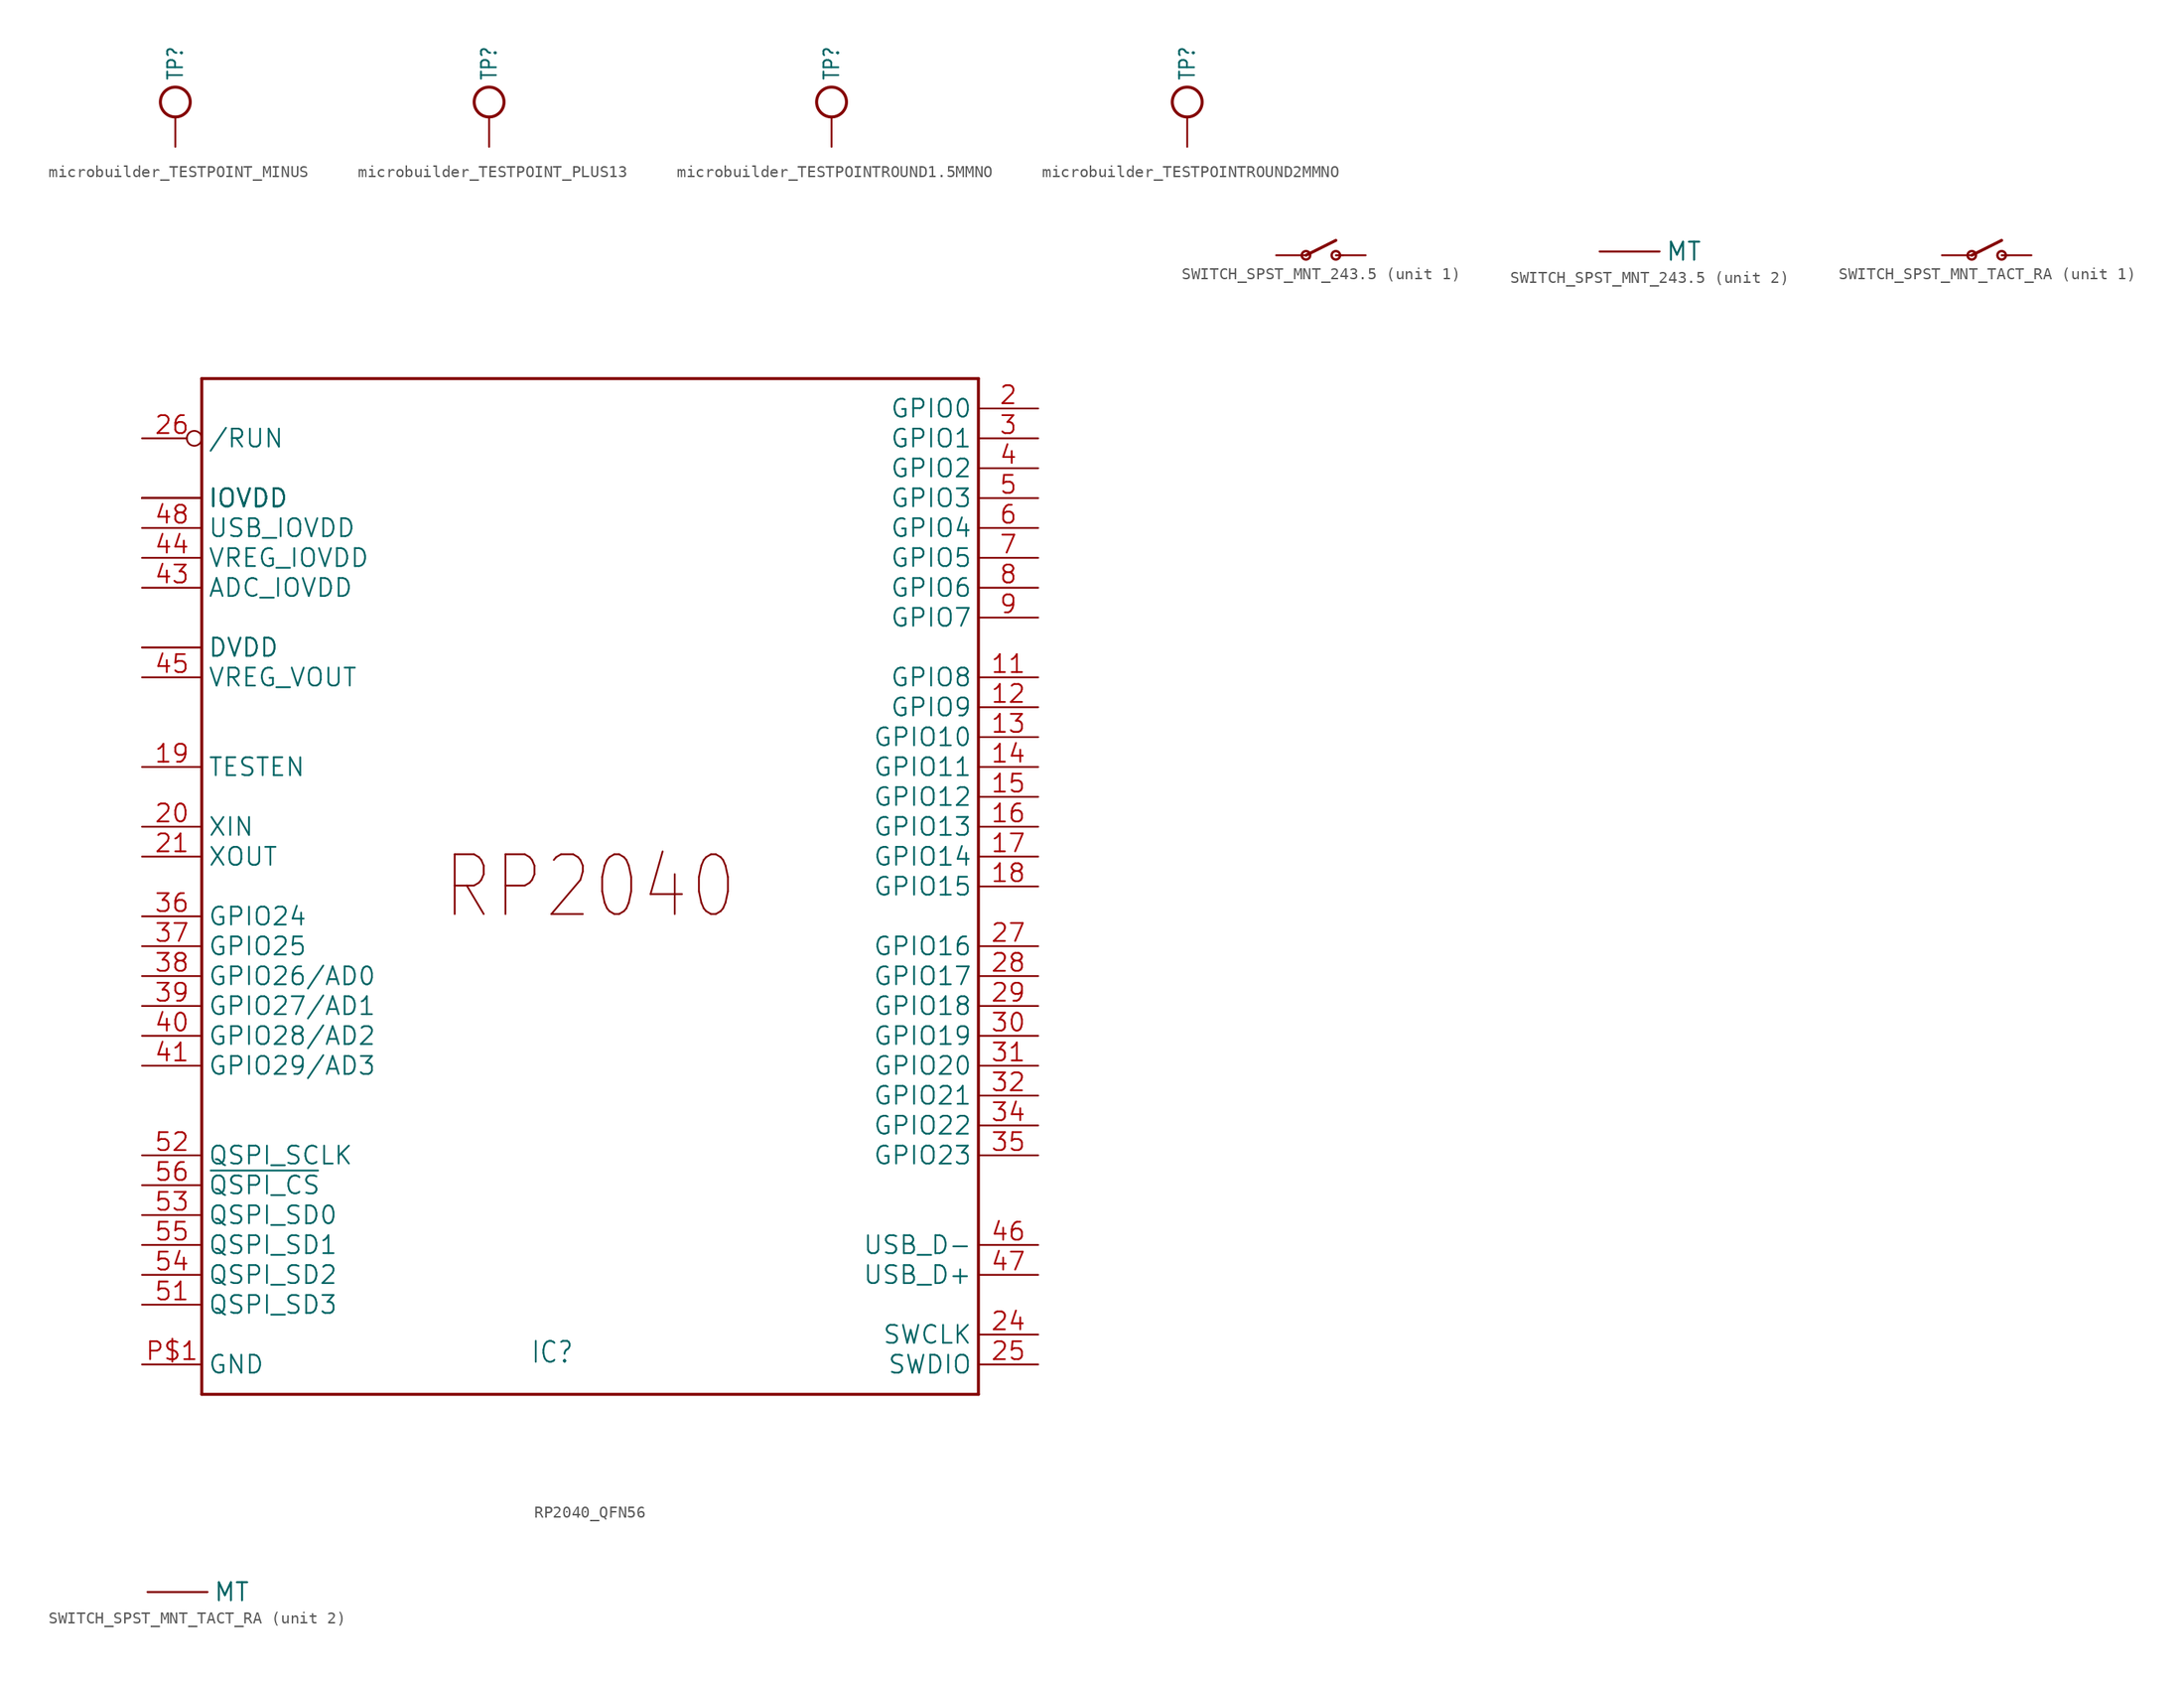
<source format=kicad_sym>
(kicad_symbol_lib
  (version 20241209)
  (generator "kicad_symbol_editor")
  (generator_version "9.0")
  (symbol "microbuilder_TESTPOINT_MINUS"
    (property "Reference" "TP"
      (at 0 5.588 90)
      (effects (font (size 1.27 1.079)) (justify left)))
    (property "Value" ""
      (at 1.651 5.588 90)
      (effects (font (size 1.27 1.079)) (justify left)))
    (property "ki_locked" ""
      (at 0 0 0)
      (effects (font (size 1.27 1.27))))
    (symbol "microbuilder_TESTPOINT_MINUS_1_0"
      (circle (center 0 3.81) (radius 1.27) (stroke (width 0.254) (type solid)) (fill (type none)))
      (pin bidirectional line (at 0 0 90) (length 2.54) (name "P$1" (effects (font (size 0 0)))) (number "P$1" (effects (font (size 0 0)))))))
  (symbol "microbuilder_TESTPOINT_PLUS13"
    (property "Reference" "TP"
      (at 0 5.588 90)
      (effects (font (size 1.27 1.079)) (justify left)))
    (property "Value" ""
      (at 1.651 5.588 90)
      (effects (font (size 1.27 1.079)) (justify left)))
    (property "ki_locked" ""
      (at 0 0 0)
      (effects (font (size 1.27 1.27))))
    (symbol "microbuilder_TESTPOINT_PLUS13_1_0"
      (circle (center 0 3.81) (radius 1.27) (stroke (width 0.254) (type solid)) (fill (type none)))
      (pin bidirectional line (at 0 0 90) (length 2.54) (name "P$1" (effects (font (size 0 0)))) (number "P$1" (effects (font (size 0 0)))))))
  (symbol "microbuilder_TESTPOINTROUND1.5MMNO"
    (property "Reference" "TP"
      (at 0 5.588 90)
      (effects (font (size 1.27 1.079)) (justify left)))
    (property "Value" ""
      (at 1.651 5.588 90)
      (effects (font (size 1.27 1.079)) (justify left)))
    (property "ki_locked" ""
      (at 0 0 0)
      (effects (font (size 1.27 1.27))))
    (symbol "microbuilder_TESTPOINTROUND1.5MMNO_1_0"
      (circle (center 0 3.81) (radius 1.27) (stroke (width 0.254) (type solid)) (fill (type none)))
      (pin bidirectional line (at 0 0 90) (length 2.54) (name "P$1" (effects (font (size 0 0)))) (number "P$1" (effects (font (size 0 0)))))))
  (symbol "microbuilder_TESTPOINTROUND2MMNO"
    (property "Reference" "TP"
      (at 0 5.588 90)
      (effects (font (size 1.27 1.079)) (justify left)))
    (property "Value" ""
      (at 1.651 5.588 90)
      (effects (font (size 1.27 1.079)) (justify left)))
    (property "ki_locked" ""
      (at 0 0 0)
      (effects (font (size 1.27 1.27))))
    (symbol "microbuilder_TESTPOINTROUND2MMNO_1_0"
      (circle (center 0 3.81) (radius 1.27) (stroke (width 0.254) (type solid)) (fill (type none)))
      (pin bidirectional line (at 0 0 90) (length 2.54) (name "P$1" (effects (font (size 0 0)))) (number "P$1" (effects (font (size 0 0)))))))
  (symbol "RP2040_QFN56"
    (property "Reference" "IC"
      (at -5.08 -40.64 0)
      (effects (font (size 1.778 1.511)) (justify left bottom)))
    (property "Value" ""
      (at -27.94 45.72 0)
      (effects (font (size 1.778 1.511)) (justify left bottom)))
    (property "ki_locked" ""
      (at 0 0 0)
      (effects (font (size 1.27 1.27))))
    (symbol "RP2040_QFN56_1_0"
      (polyline (pts (xy -33.02 43.18) (xy 33.02 43.18)) (stroke (width 0.254) (type solid)) (fill (type none)))
      (polyline (pts (xy -33.02 -43.18) (xy -33.02 43.18)) (stroke (width 0.254) (type solid)) (fill (type none)))
      (polyline (pts (xy 33.02 43.18) (xy 33.02 -43.18)) (stroke (width 0.254) (type solid)) (fill (type none)))
      (polyline (pts (xy 33.02 -43.18) (xy -33.02 -43.18)) (stroke (width 0.254) (type solid)) (fill (type none)))
      (text "RP2040" (at 0 0 0) (effects (font (size 5.08 4.318))))
      (pin bidirectional inverted (at -38.1 38.1 0) (length 5.08) (name "/RUN" (effects (font (size 1.524 1.524)))) (number "26" (effects (font (size 1.524 1.524)))))
      (pin power_in line (at -38.1 33.02 0) (length 5.08) (name "IOVDD" (effects (font (size 1.524 1.524)))) (number "1" (effects (font (size 0 0)))))
      (pin power_in line (at -38.1 33.02 0) (length 5.08) (name "IOVDD" (effects (font (size 1.524 1.524)))) (number "10" (effects (font (size 0 0)))))
      (pin power_in line (at -38.1 33.02 0) (length 5.08) (name "IOVDD" (effects (font (size 1.524 1.524)))) (number "22" (effects (font (size 0 0)))))
      (pin power_in line (at -38.1 33.02 0) (length 5.08) (name "IOVDD" (effects (font (size 1.524 1.524)))) (number "33" (effects (font (size 0 0)))))
      (pin power_in line (at -38.1 33.02 0) (length 5.08) (name "IOVDD" (effects (font (size 1.524 1.524)))) (number "42" (effects (font (size 0 0)))))
      (pin power_in line (at -38.1 33.02 0) (length 5.08) (name "IOVDD" (effects (font (size 1.524 1.524)))) (number "49" (effects (font (size 0 0)))))
      (pin power_in line (at -38.1 30.48 0) (length 5.08) (name "USB_IOVDD" (effects (font (size 1.524 1.524)))) (number "48" (effects (font (size 1.524 1.524)))))
      (pin power_in line (at -38.1 27.94 0) (length 5.08) (name "VREG_IOVDD" (effects (font (size 1.524 1.524)))) (number "44" (effects (font (size 1.524 1.524)))))
      (pin power_in line (at -38.1 25.4 0) (length 5.08) (name "ADC_IOVDD" (effects (font (size 1.524 1.524)))) (number "43" (effects (font (size 1.524 1.524)))))
      (pin power_in line (at -38.1 20.32 0) (length 5.08) (name "DVDD" (effects (font (size 1.524 1.524)))) (number "23" (effects (font (size 0 0)))))
      (pin power_in line (at -38.1 20.32 0) (length 5.08) (name "DVDD" (effects (font (size 1.524 1.524)))) (number "50" (effects (font (size 0 0)))))
      (pin power_in line (at -38.1 17.78 0) (length 5.08) (name "VREG_VOUT" (effects (font (size 1.524 1.524)))) (number "45" (effects (font (size 1.524 1.524)))))
      (pin input line (at -38.1 10.16 0) (length 5.08) (name "TESTEN" (effects (font (size 1.524 1.524)))) (number "19" (effects (font (size 1.524 1.524)))))
      (pin input line (at -38.1 5.08 0) (length 5.08) (name "XIN" (effects (font (size 1.524 1.524)))) (number "20" (effects (font (size 1.524 1.524)))))
      (pin output line (at -38.1 2.54 0) (length 5.08) (name "XOUT" (effects (font (size 1.524 1.524)))) (number "21" (effects (font (size 1.524 1.524)))))
      (pin bidirectional line (at -38.1 -2.54 0) (length 5.08) (name "GPIO24" (effects (font (size 1.524 1.524)))) (number "36" (effects (font (size 1.524 1.524)))))
      (pin bidirectional line (at -38.1 -5.08 0) (length 5.08) (name "GPIO25" (effects (font (size 1.524 1.524)))) (number "37" (effects (font (size 1.524 1.524)))))
      (pin bidirectional line (at -38.1 -7.62 0) (length 5.08) (name "GPIO26/AD0" (effects (font (size 1.524 1.524)))) (number "38" (effects (font (size 1.524 1.524)))))
      (pin bidirectional line (at -38.1 -10.16 0) (length 5.08) (name "GPIO27/AD1" (effects (font (size 1.524 1.524)))) (number "39" (effects (font (size 1.524 1.524)))))
      (pin bidirectional line (at -38.1 -12.7 0) (length 5.08) (name "GPIO28/AD2" (effects (font (size 1.524 1.524)))) (number "40" (effects (font (size 1.524 1.524)))))
      (pin bidirectional line (at -38.1 -15.24 0) (length 5.08) (name "GPIO29/AD3" (effects (font (size 1.524 1.524)))) (number "41" (effects (font (size 1.524 1.524)))))
      (pin bidirectional line (at -38.1 -22.86 0) (length 5.08) (name "QSPI_SCLK" (effects (font (size 1.524 1.524)))) (number "52" (effects (font (size 1.524 1.524)))))
      (pin bidirectional line (at -38.1 -25.4 0) (length 5.08) (name "~{QSPI_CS}" (effects (font (size 1.524 1.524)))) (number "56" (effects (font (size 1.524 1.524)))))
      (pin bidirectional line (at -38.1 -27.94 0) (length 5.08) (name "QSPI_SD0" (effects (font (size 1.524 1.524)))) (number "53" (effects (font (size 1.524 1.524)))))
      (pin bidirectional line (at -38.1 -30.48 0) (length 5.08) (name "QSPI_SD1" (effects (font (size 1.524 1.524)))) (number "55" (effects (font (size 1.524 1.524)))))
      (pin bidirectional line (at -38.1 -33.02 0) (length 5.08) (name "QSPI_SD2" (effects (font (size 1.524 1.524)))) (number "54" (effects (font (size 1.524 1.524)))))
      (pin bidirectional line (at -38.1 -35.56 0) (length 5.08) (name "QSPI_SD3" (effects (font (size 1.524 1.524)))) (number "51" (effects (font (size 1.524 1.524)))))
      (pin power_in line (at -38.1 -40.64 0) (length 5.08) (name "GND" (effects (font (size 1.524 1.524)))) (number "P$1" (effects (font (size 1.524 1.524)))))
      (pin bidirectional line (at 38.1 40.64 180) (length 5.08) (name "GPIO0" (effects (font (size 1.524 1.524)))) (number "2" (effects (font (size 1.524 1.524)))))
      (pin bidirectional line (at 38.1 38.1 180) (length 5.08) (name "GPIO1" (effects (font (size 1.524 1.524)))) (number "3" (effects (font (size 1.524 1.524)))))
      (pin bidirectional line (at 38.1 35.56 180) (length 5.08) (name "GPIO2" (effects (font (size 1.524 1.524)))) (number "4" (effects (font (size 1.524 1.524)))))
      (pin bidirectional line (at 38.1 33.02 180) (length 5.08) (name "GPIO3" (effects (font (size 1.524 1.524)))) (number "5" (effects (font (size 1.524 1.524)))))
      (pin bidirectional line (at 38.1 30.48 180) (length 5.08) (name "GPIO4" (effects (font (size 1.524 1.524)))) (number "6" (effects (font (size 1.524 1.524)))))
      (pin bidirectional line (at 38.1 27.94 180) (length 5.08) (name "GPIO5" (effects (font (size 1.524 1.524)))) (number "7" (effects (font (size 1.524 1.524)))))
      (pin bidirectional line (at 38.1 25.4 180) (length 5.08) (name "GPIO6" (effects (font (size 1.524 1.524)))) (number "8" (effects (font (size 1.524 1.524)))))
      (pin bidirectional line (at 38.1 22.86 180) (length 5.08) (name "GPIO7" (effects (font (size 1.524 1.524)))) (number "9" (effects (font (size 1.524 1.524)))))
      (pin bidirectional line (at 38.1 17.78 180) (length 5.08) (name "GPIO8" (effects (font (size 1.524 1.524)))) (number "11" (effects (font (size 1.524 1.524)))))
      (pin bidirectional line (at 38.1 15.24 180) (length 5.08) (name "GPIO9" (effects (font (size 1.524 1.524)))) (number "12" (effects (font (size 1.524 1.524)))))
      (pin bidirectional line (at 38.1 12.7 180) (length 5.08) (name "GPIO10" (effects (font (size 1.524 1.524)))) (number "13" (effects (font (size 1.524 1.524)))))
      (pin bidirectional line (at 38.1 10.16 180) (length 5.08) (name "GPIO11" (effects (font (size 1.524 1.524)))) (number "14" (effects (font (size 1.524 1.524)))))
      (pin bidirectional line (at 38.1 7.62 180) (length 5.08) (name "GPIO12" (effects (font (size 1.524 1.524)))) (number "15" (effects (font (size 1.524 1.524)))))
      (pin bidirectional line (at 38.1 5.08 180) (length 5.08) (name "GPIO13" (effects (font (size 1.524 1.524)))) (number "16" (effects (font (size 1.524 1.524)))))
      (pin bidirectional line (at 38.1 2.54 180) (length 5.08) (name "GPIO14" (effects (font (size 1.524 1.524)))) (number "17" (effects (font (size 1.524 1.524)))))
      (pin bidirectional line (at 38.1 0 180) (length 5.08) (name "GPIO15" (effects (font (size 1.524 1.524)))) (number "18" (effects (font (size 1.524 1.524)))))
      (pin bidirectional line (at 38.1 -5.08 180) (length 5.08) (name "GPIO16" (effects (font (size 1.524 1.524)))) (number "27" (effects (font (size 1.524 1.524)))))
      (pin bidirectional line (at 38.1 -7.62 180) (length 5.08) (name "GPIO17" (effects (font (size 1.524 1.524)))) (number "28" (effects (font (size 1.524 1.524)))))
      (pin bidirectional line (at 38.1 -10.16 180) (length 5.08) (name "GPIO18" (effects (font (size 1.524 1.524)))) (number "29" (effects (font (size 1.524 1.524)))))
      (pin bidirectional line (at 38.1 -12.7 180) (length 5.08) (name "GPIO19" (effects (font (size 1.524 1.524)))) (number "30" (effects (font (size 1.524 1.524)))))
      (pin bidirectional line (at 38.1 -15.24 180) (length 5.08) (name "GPIO20" (effects (font (size 1.524 1.524)))) (number "31" (effects (font (size 1.524 1.524)))))
      (pin bidirectional line (at 38.1 -17.78 180) (length 5.08) (name "GPIO21" (effects (font (size 1.524 1.524)))) (number "32" (effects (font (size 1.524 1.524)))))
      (pin bidirectional line (at 38.1 -20.32 180) (length 5.08) (name "GPIO22" (effects (font (size 1.524 1.524)))) (number "34" (effects (font (size 1.524 1.524)))))
      (pin bidirectional line (at 38.1 -22.86 180) (length 5.08) (name "GPIO23" (effects (font (size 1.524 1.524)))) (number "35" (effects (font (size 1.524 1.524)))))
      (pin bidirectional line (at 38.1 -30.48 180) (length 5.08) (name "USB_D-" (effects (font (size 1.524 1.524)))) (number "46" (effects (font (size 1.524 1.524)))))
      (pin bidirectional line (at 38.1 -33.02 180) (length 5.08) (name "USB_D+" (effects (font (size 1.524 1.524)))) (number "47" (effects (font (size 1.524 1.524)))))
      (pin bidirectional line (at 38.1 -38.1 180) (length 5.08) (name "SWCLK" (effects (font (size 1.524 1.524)))) (number "24" (effects (font (size 1.524 1.524)))))
      (pin bidirectional line (at 38.1 -40.64 180) (length 5.08) (name "SWDIO" (effects (font (size 1.524 1.524)))) (number "25" (effects (font (size 1.524 1.524)))))))
  (symbol "SWITCH_SPST_MNT_243.5"
    (property "Reference" "SW"
      (at -4.445 -6.35 0)
      (effects (font (size 1.27 1.079)) (justify left bottom) (hide yes)))
    (property "ki_locked" ""
      (at 0 0 0)
      (effects (font (size 1.27 1.27))))
    (symbol "SWITCH_SPST_MNT_243.5_1_0"
      (circle (center -2.54 0) (radius 0.359) (stroke (width 0.203) (type solid)) (fill (type none)))
      (polyline (pts (xy -2.54 0) (xy 0 1.27)) (stroke (width 0.254) (type solid)) (fill (type none)))
      (polyline (pts (xy 0 0) (xy 0.635 0)) (stroke (width 0.127) (type solid)) (fill (type none)))
      (circle (center 0 0) (radius 0.359) (stroke (width 0.203) (type solid)) (fill (type none)))
      (pin passive line (at -5.08 0 0) (length 2.54) (name "P" (effects (font (size 0 0)))) (number "1" (effects (font (size 0 0)))))
      (pin passive line (at 2.54 0 180) (length 2.54) (name "S" (effects (font (size 0 0)))) (number "2" (effects (font (size 0 0))))))
    (symbol "SWITCH_SPST_MNT_243.5_2_0"
      (pin bidirectional line (at 0 0 0) (length 5.08) (name "MT" (effects (font (size 1.524 1.524)))) (number "MT1" (effects (font (size 0 0)))))
      (pin bidirectional line (at 0 0 0) (length 5.08) (name "MT" (effects (font (size 1.524 1.524)))) (number "MT2" (effects (font (size 0 0)))))))
  (symbol "SWITCH_SPST_MNT_TACT_RA"
    (property "Reference" "SW"
      (at -4.445 -6.35 0)
      (effects (font (size 1.27 1.079)) (justify left bottom) (hide yes)))
    (property "ki_locked" ""
      (at 0 0 0)
      (effects (font (size 1.27 1.27))))
    (symbol "SWITCH_SPST_MNT_TACT_RA_1_0"
      (circle (center -2.54 0) (radius 0.359) (stroke (width 0.203) (type solid)) (fill (type none)))
      (polyline (pts (xy -2.54 0) (xy 0 1.27)) (stroke (width 0.254) (type solid)) (fill (type none)))
      (polyline (pts (xy 0 0) (xy 0.635 0)) (stroke (width 0.127) (type solid)) (fill (type none)))
      (circle (center 0 0) (radius 0.359) (stroke (width 0.203) (type solid)) (fill (type none)))
      (pin passive line (at -5.08 0 0) (length 2.54) (name "P" (effects (font (size 0 0)))) (number "1" (effects (font (size 0 0)))))
      (pin passive line (at 2.54 0 180) (length 2.54) (name "S" (effects (font (size 0 0)))) (number "2" (effects (font (size 0 0))))))
    (symbol "SWITCH_SPST_MNT_TACT_RA_2_0"
      (pin bidirectional line (at 0 0 0) (length 5.08) (name "MT" (effects (font (size 1.524 1.524)))) (number "MT1" (effects (font (size 0 0)))))
      (pin bidirectional line (at 0 0 0) (length 5.08) (name "MT" (effects (font (size 1.524 1.524)))) (number "MT2" (effects (font (size 0 0))))))))
</source>
